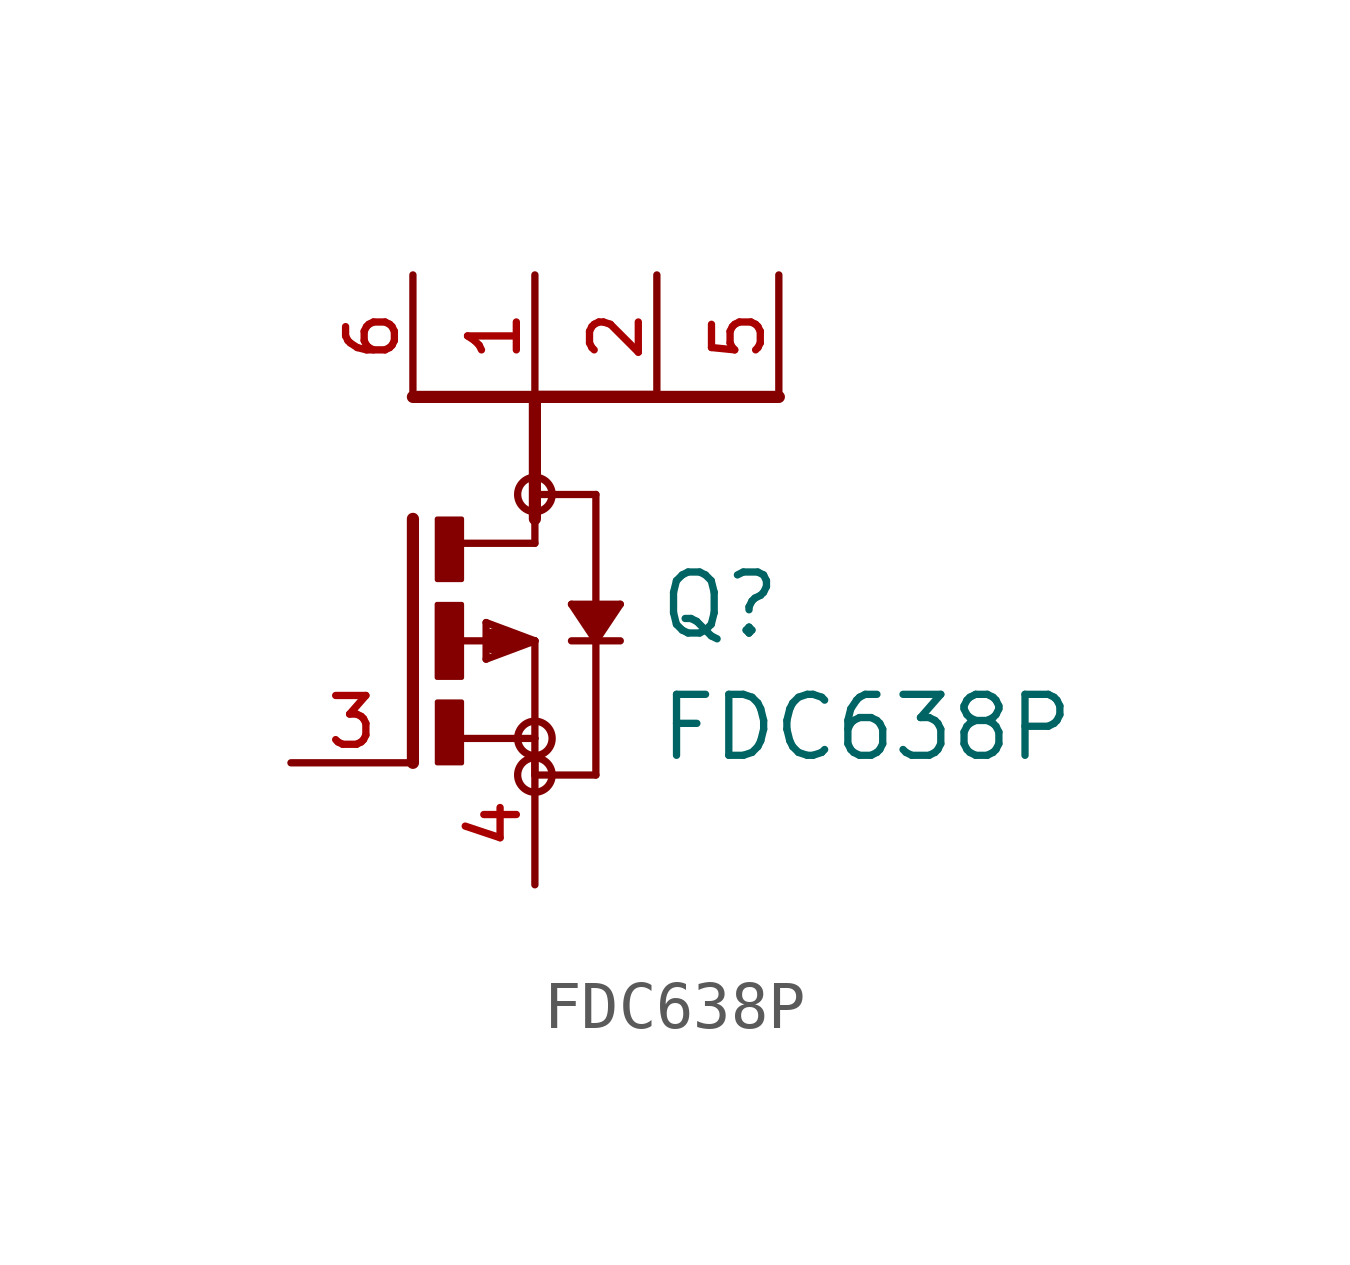
<source format=kicad_sym>
(kicad_symbol_lib
  (version 20211014)
  (generator kicad_symbol_editor)
  (symbol "FDC638P"
    (pin_names
      (offset 1.016))
    (property "Reference" "Q"
      (at 2.545 0.0 0)
      (effects (font (size 1.27 1.27)) (justify bottom left)))
    (property "Value" "FDC638P"
      (at 2.547 -2.547 0)
      (effects (font (size 1.27 1.27)) (justify bottom left)))
    (symbol "FDC638P_0_0"
      (polyline (pts (xy 0.0 0.0) (xy -1.016 -0.381)) (stroke (width 0.152)))
      (polyline (pts (xy -1.016 -0.381) (xy -1.016 0.381)) (stroke (width 0.152)))
      (polyline (pts (xy -1.016 0.381) (xy 0.0 0.0)) (stroke (width 0.152)))
      (polyline (pts (xy 0.0 0.0) (xy 0.0 -2.032)) (stroke (width 0.152)))
      (polyline (pts (xy 0.0 -2.032) (xy 0.0 -2.794)) (stroke (width 0.152)))
      (polyline (pts (xy -1.524 0.0) (xy -0.508 0.0)) (stroke (width 0.152)))
      (polyline (pts (xy -0.508 0.0) (xy -0.381 0.0)) (stroke (width 0.152)))
      (polyline (pts (xy -0.381 0.0) (xy 0.0 0.0)) (stroke (width 0.152)))
      (polyline (pts (xy -2.54 2.54) (xy -2.54 -2.54)) (stroke (width 0.254)))
      (polyline (pts (xy 0.0 3.048) (xy 1.27 3.048)) (stroke (width 0.152)))
      (polyline (pts (xy 1.27 3.048) (xy 1.27 0.254)) (stroke (width 0.152)))
      (polyline (pts (xy 1.27 0.254) (xy 1.27 0.0)) (stroke (width 0.152)))
      (polyline (pts (xy 1.27 0.0) (xy 1.27 -2.794)) (stroke (width 0.152)))
      (polyline (pts (xy 1.27 -2.794) (xy 0.0 -2.794)) (stroke (width 0.152)))
      (polyline (pts (xy 0.762 0.762) (xy 1.778 0.762)) (stroke (width 0.152)))
      (polyline (pts (xy 1.778 0.762) (xy 1.27 0.0)) (stroke (width 0.152)))
      (polyline (pts (xy 1.27 0.0) (xy 0.762 0.762)) (stroke (width 0.152)))
      (polyline (pts (xy 0.762 0.0) (xy 1.778 0.0)) (stroke (width 0.152)))
      (polyline (pts (xy -1.524 2.032) (xy 0.0 2.032)) (stroke (width 0.152)))
      (polyline (pts (xy 0.0 2.032) (xy 0.0 2.54)) (stroke (width 0.152)))
      (polyline (pts (xy -1.524 -2.032) (xy 0.0 -2.032)) (stroke (width 0.152)))
      (polyline (pts (xy -0.381 0.0) (xy -0.889 0.127)) (stroke (width 0.254)))
      (polyline (pts (xy -0.889 0.127) (xy -0.889 -0.127)) (stroke (width 0.254)))
      (polyline (pts (xy -0.889 -0.127) (xy -0.508 0.0)) (stroke (width 0.254)))
      (polyline (pts (xy 1.016 0.635) (xy 1.524 0.635)) (stroke (width 0.254)))
      (polyline (pts (xy 1.524 0.635) (xy 1.27 0.254)) (stroke (width 0.254)))
      (polyline (pts (xy 1.27 0.254) (xy 1.016 0.635)) (stroke (width 0.254)))
      (polyline (pts (xy 2.54 5.08) (xy -2.54 5.08)) (stroke (width 0.254)))
      (polyline (pts (xy 5.08 5.08) (xy 0.0 5.08)) (stroke (width 0.254)))
      (polyline (pts (xy 0.0 5.08) (xy 0.0 2.54)) (stroke (width 0.254)))
      (circle (center 0.0 -2.794) (radius 0.359) (stroke (width 0.0)) (fill (type none)))
      (circle (center 0.0 -2.032) (radius 0.359) (stroke (width 0.0)) (fill (type none)))
      (circle (center 0.0 3.048) (radius 0.359) (stroke (width 0.0)) (fill (type none)))
      (rectangle (start -2.036 1.273) (end -1.524 2.54) (stroke (width 0.1)) (fill (type outline)))
      (rectangle (start -2.035 -2.544) (end -1.524 -1.27) (stroke (width 0.1)) (fill (type outline)))
      (rectangle (start -2.038 -0.764) (end -1.524 0.762) (stroke (width 0.1)) (fill (type outline)))
      (pin passive line (at -5.08 -2.54 0) (length 2.54) (name "~" (effects (font (size 1.016 1.016)))) (number "3" (effects (font (size 1.016 1.016)))))
      (pin passive line (at 0.0 7.62 270.0) (length 2.54) (name "~" (effects (font (size 1.016 1.016)))) (number "1" (effects (font (size 1.016 1.016)))))
      (pin passive line (at 0.0 -5.08 90.0) (length 2.54) (name "~" (effects (font (size 1.016 1.016)))) (number "4" (effects (font (size 1.016 1.016)))))
      (pin passive line (at 2.54 7.62 270.0) (length 2.54) (name "~" (effects (font (size 1.016 1.016)))) (number "2" (effects (font (size 1.016 1.016)))))
      (pin passive line (at 5.08 7.62 270.0) (length 2.54) (name "~" (effects (font (size 1.016 1.016)))) (number "5" (effects (font (size 1.016 1.016)))))
      (pin passive line (at -2.54 7.62 270.0) (length 2.54) (name "~" (effects (font (size 1.016 1.016)))) (number "6" (effects (font (size 1.016 1.016))))))))
</source>
